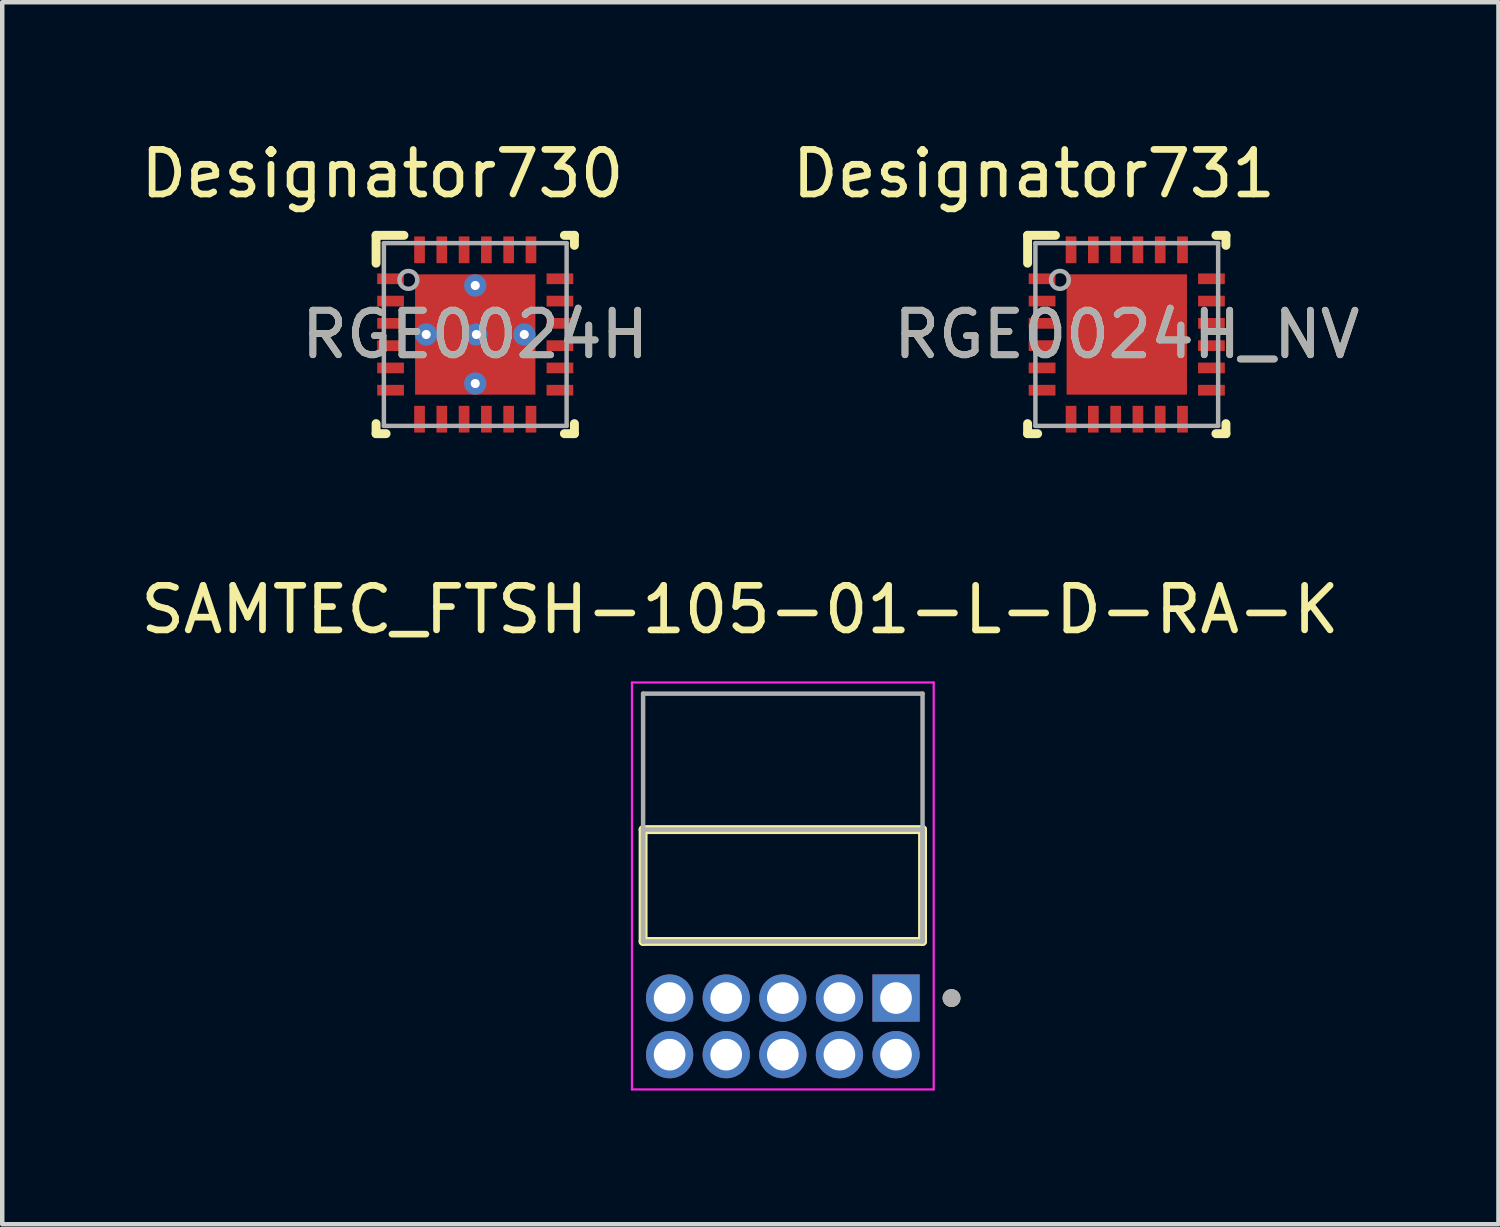
<source format=kicad_pcb>
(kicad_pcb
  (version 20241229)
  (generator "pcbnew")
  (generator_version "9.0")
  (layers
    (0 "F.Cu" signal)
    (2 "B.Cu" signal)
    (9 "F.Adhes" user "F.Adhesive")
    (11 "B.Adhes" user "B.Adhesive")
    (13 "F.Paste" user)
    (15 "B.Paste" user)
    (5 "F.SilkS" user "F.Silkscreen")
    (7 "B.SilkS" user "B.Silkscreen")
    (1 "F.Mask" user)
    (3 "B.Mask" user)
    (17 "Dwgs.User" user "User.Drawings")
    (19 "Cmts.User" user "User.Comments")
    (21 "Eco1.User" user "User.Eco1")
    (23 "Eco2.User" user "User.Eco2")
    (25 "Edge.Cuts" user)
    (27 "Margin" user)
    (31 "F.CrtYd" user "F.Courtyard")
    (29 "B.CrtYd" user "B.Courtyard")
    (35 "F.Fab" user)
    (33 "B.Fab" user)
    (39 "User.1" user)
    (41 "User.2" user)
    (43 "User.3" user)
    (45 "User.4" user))
  (footprint "SAMTEC_FTSH-105-01-L-D-RA-K"
    (layer "F.Cu")
    (at 17.054 19.343)
    (property "Reference" "SAMTEC_FTSH-105-01-L-D-RA-K" (at -3.5 -8.715 0) (layer "F.SilkS") (effects (font (size 1 1) (thickness 0.15))))
    (attr through_hole)
    (fp_line (start -5.675 -1.27) (end -5.675 -3.78) (stroke (width 0.2) (type solid)) (layer "F.SilkS"))
    (fp_line (start 0.595 -3.78) (end -5.675 -3.78) (stroke (width 0.2) (type solid)) (layer "F.SilkS"))
    (fp_line (start 0.595 -3.78) (end 0.595 -1.27) (stroke (width 0.2) (type solid)) (layer "F.SilkS"))
    (fp_line (start 0.595 -1.27) (end -5.675 -1.27) (stroke (width 0.2) (type solid)) (layer "F.SilkS"))
    (fp_circle (center 1.245 0) (end 1.345 0) (stroke (width 0.2) (type solid)) (fill no) (layer "F.SilkS"))
    (fp_line (start -5.925 -7.08) (end 0.845 -7.08) (stroke (width 0.05) (type solid)) (layer "F.CrtYd"))
    (fp_line (start -5.925 2.05) (end -5.925 -7.08) (stroke (width 0.05) (type solid)) (layer "F.CrtYd"))
    (fp_line (start 0.845 -7.08) (end 0.845 2.05) (stroke (width 0.05) (type solid)) (layer "F.CrtYd"))
    (fp_line (start 0.845 2.05) (end -5.925 2.05) (stroke (width 0.05) (type solid)) (layer "F.CrtYd"))
    (fp_line (start -5.675 -6.83) (end 0.595 -6.83) (stroke (width 0.1) (type solid)) (layer "F.Fab"))
    (fp_line (start -5.675 -3.78) (end 0.595 -3.78) (stroke (width 0.1) (type solid)) (layer "F.Fab"))
    (fp_line (start -5.675 -1.27) (end -5.675 -6.83) (stroke (width 0.1) (type solid)) (layer "F.Fab"))
    (fp_line (start -5.675 -1.27) (end -5.675 -3.78) (stroke (width 0.1) (type solid)) (layer "F.Fab"))
    (fp_line (start 0.595 -6.83) (end 0.595 -1.27) (stroke (width 0.1) (type solid)) (layer "F.Fab"))
    (fp_line (start 0.595 -3.78) (end 0.595 -1.27) (stroke (width 0.1) (type solid)) (layer "F.Fab"))
    (fp_line (start 0.595 -1.27) (end -5.675 -1.27) (stroke (width 0.1) (type solid)) (layer "F.Fab"))
    (fp_circle (center 1.245 0) (end 1.345 0) (stroke (width 0.2) (type solid)) (fill no) (layer "F.Fab"))
    (pad "01" thru_hole rect (at 0 0) (size 1.06 1.06) (drill 0.71) (layers "*.Cu" "*.Mask"))
    (pad "02" thru_hole circle (at 0 1.27) (size 1.06 1.06) (drill 0.71) (layers "*.Cu" "*.Mask"))
    (pad "03" thru_hole circle (at -1.27 0) (size 1.06 1.06) (drill 0.71) (layers "*.Cu" "*.Mask"))
    (pad "04" thru_hole circle (at -1.27 1.27) (size 1.06 1.06) (drill 0.71) (layers "*.Cu" "*.Mask"))
    (pad "05" thru_hole circle (at -2.54 0) (size 1.06 1.06) (drill 0.71) (layers "*.Cu" "*.Mask"))
    (pad "06" thru_hole circle (at -2.54 1.27) (size 1.06 1.06) (drill 0.71) (layers "*.Cu" "*.Mask"))
    (pad "07" thru_hole circle (at -3.81 0) (size 1.06 1.06) (drill 0.71) (layers "*.Cu" "*.Mask"))
    (pad "08" thru_hole circle (at -3.81 1.27) (size 1.06 1.06) (drill 0.71) (layers "*.Cu" "*.Mask"))
    (pad "09" thru_hole circle (at -5.08 0) (size 1.06 1.06) (drill 0.71) (layers "*.Cu" "*.Mask"))
    (pad "10" thru_hole circle (at -5.08 1.27) (size 1.06 1.06) (drill 0.71) (layers "*.Cu" "*.Mask")))
  (footprint "RGE0024H"
    (layer "F.Cu")
    (at 7.613 4.455)
    (property "Reference" "RGE0024H" (at 0 0 0) (unlocked yes) (layer "F.SilkS") (effects (font (size 1 1) (thickness 0.15))))
    (attr smd)
    (fp_line (start -2.225 -2.225) (end -1.6 -2.225) (stroke (width 0.2) (type solid)) (layer "F.SilkS"))
    (fp_line (start -2.225 -1.6) (end -2.225 -2.225) (stroke (width 0.2) (type solid)) (layer "F.SilkS"))
    (fp_line (start -2.225 2.225) (end -2.225 2) (stroke (width 0.2) (type solid)) (layer "F.SilkS"))
    (fp_line (start -2.225 2.225) (end -2 2.225) (stroke (width 0.2) (type solid)) (layer "F.SilkS"))
    (fp_line (start 2 -2.225) (end 2.225 -2.225) (stroke (width 0.2) (type solid)) (layer "F.SilkS"))
    (fp_line (start 2 2.225) (end 2.225 2.225) (stroke (width 0.2) (type solid)) (layer "F.SilkS"))
    (fp_line (start 2.225 -2) (end 2.225 -2.225) (stroke (width 0.2) (type solid)) (layer "F.SilkS"))
    (fp_line (start 2.225 2.225) (end 2.225 2) (stroke (width 0.2) (type solid)) (layer "F.SilkS"))
    (fp_poly (pts (xy -0.1 -1.242) (xy -0.1 -0.148) (xy -0.101 -0.138) (xy -0.104 -0.129) (xy -0.108 -0.121) (xy -0.114 -0.114) (xy -0.121 -0.108) (xy -0.129 -0.104) (xy -0.138 -0.101) (xy -0.148 -0.1) (xy -1.242 -0.1) (xy -1.252 -0.101) (xy -1.261 -0.104) (xy -1.269 -0.108) (xy -1.276 -0.114) (xy -1.282 -0.121) (xy -1.286 -0.129) (xy -1.289 -0.138) (xy -1.29 -0.148) (xy -1.29 -1.242) (xy -1.289 -1.252) (xy -1.286 -1.261) (xy -1.282 -1.269) (xy -1.276 -1.276) (xy -1.269 -1.282) (xy -1.261 -1.286) (xy -1.252 -1.289) (xy -1.242 -1.29) (xy -0.148 -1.29) (xy -0.138 -1.289) (xy -0.129 -1.286) (xy -0.121 -1.282) (xy -0.114 -1.276) (xy -0.108 -1.269) (xy -0.104 -1.261) (xy -0.101 -1.252)) (stroke (width 0) (type solid)) (fill yes) (layer "F.Paste"))
    (fp_poly (pts (xy -0.1 0.148) (xy -0.1 1.242) (xy -0.101 1.252) (xy -0.104 1.261) (xy -0.108 1.269) (xy -0.114 1.276) (xy -0.121 1.282) (xy -0.129 1.286) (xy -0.138 1.289) (xy -0.148 1.29) (xy -1.242 1.29) (xy -1.252 1.289) (xy -1.261 1.286) (xy -1.269 1.282) (xy -1.276 1.276) (xy -1.282 1.269) (xy -1.286 1.261) (xy -1.289 1.252) (xy -1.29 1.242) (xy -1.29 0.148) (xy -1.289 0.138) (xy -1.286 0.129) (xy -1.282 0.121) (xy -1.276 0.114) (xy -1.269 0.108) (xy -1.261 0.104) (xy -1.252 0.101) (xy -1.242 0.1) (xy -0.148 0.1) (xy -0.138 0.101) (xy -0.129 0.104) (xy -0.121 0.108) (xy -0.114 0.114) (xy -0.108 0.121) (xy -0.104 0.129) (xy -0.101 0.138)) (stroke (width 0) (type solid)) (fill yes) (layer "F.Paste"))
    (fp_poly (pts (xy 0.1 -0.148) (xy 0.1 -1.242) (xy 0.101 -1.252) (xy 0.104 -1.261) (xy 0.108 -1.269) (xy 0.114 -1.276) (xy 0.121 -1.282) (xy 0.129 -1.286) (xy 0.138 -1.289) (xy 0.148 -1.29) (xy 1.242 -1.29) (xy 1.252 -1.289) (xy 1.261 -1.286) (xy 1.269 -1.282) (xy 1.276 -1.276) (xy 1.282 -1.269) (xy 1.286 -1.261) (xy 1.289 -1.252) (xy 1.29 -1.242) (xy 1.29 -0.148) (xy 1.289 -0.138) (xy 1.286 -0.129) (xy 1.282 -0.121) (xy 1.276 -0.114) (xy 1.269 -0.108) (xy 1.261 -0.104) (xy 1.252 -0.101) (xy 1.242 -0.1) (xy 0.148 -0.1) (xy 0.138 -0.101) (xy 0.129 -0.104) (xy 0.121 -0.108) (xy 0.114 -0.114) (xy 0.108 -0.121) (xy 0.104 -0.129) (xy 0.101 -0.138)) (stroke (width 0) (type solid)) (fill yes) (layer "F.Paste"))
    (fp_poly (pts (xy 0.1 1.242) (xy 0.1 0.148) (xy 0.101 0.138) (xy 0.104 0.129) (xy 0.108 0.121) (xy 0.114 0.114) (xy 0.121 0.108) (xy 0.129 0.104) (xy 0.138 0.101) (xy 0.148 0.1) (xy 1.242 0.1) (xy 1.252 0.101) (xy 1.261 0.104) (xy 1.269 0.108) (xy 1.276 0.114) (xy 1.282 0.121) (xy 1.286 0.129) (xy 1.289 0.138) (xy 1.29 0.148) (xy 1.29 1.242) (xy 1.289 1.252) (xy 1.286 1.261) (xy 1.282 1.269) (xy 1.276 1.276) (xy 1.269 1.282) (xy 1.261 1.286) (xy 1.252 1.289) (xy 1.242 1.29) (xy 0.148 1.29) (xy 0.138 1.289) (xy 0.129 1.286) (xy 0.121 1.282) (xy 0.114 1.276) (xy 0.108 1.269) (xy 0.104 1.261) (xy 0.101 1.252)) (stroke (width 0) (type solid)) (fill yes) (layer "F.Paste"))
    (fp_line (start -2.05 -2.05) (end 2.05 -2.05) (stroke (width 0.1) (type solid)) (layer "F.Fab"))
    (fp_line (start -2.05 2.05) (end -2.05 -2.05) (stroke (width 0.1) (type solid)) (layer "F.Fab"))
    (fp_line (start -2.05 2.05) (end 2.05 2.05) (stroke (width 0.1) (type solid)) (layer "F.Fab"))
    (fp_line (start 2.05 2.05) (end 2.05 -2.05) (stroke (width 0.1) (type solid)) (layer "F.Fab"))
    (fp_circle (center -1.5 -1.225) (end -1.3 -1.225) (stroke (width 0.1) (type solid)) (fill no) (layer "F.Fab"))
    (fp_text user "Designator730" (at -2.083 -3.607 0) (unlocked yes) (layer "F.SilkS") (effects (font (size 1 1) (thickness 0.15))))
    (fp_text user "${REFERENCE}" (at 0 0 0) (unlocked yes) (layer "F.Fab") (effects (font (size 1 1) (thickness 0.15))))
    (pad "1" smd rect (at -1.9 -1.25 90) (size 0.24 0.6) (layers "F.Cu" "F.Mask" "F.Paste"))
    (pad "2" smd rect (at -1.9 -0.75 90) (size 0.24 0.6) (layers "F.Cu" "F.Mask" "F.Paste"))
    (pad "3" smd rect (at -1.9 -0.25 90) (size 0.24 0.6) (layers "F.Cu" "F.Mask" "F.Paste"))
    (pad "4" smd rect (at -1.9 0.25 90) (size 0.24 0.6) (layers "F.Cu" "F.Mask" "F.Paste"))
    (pad "5" smd rect (at -1.9 0.75 90) (size 0.24 0.6) (layers "F.Cu" "F.Mask" "F.Paste"))
    (pad "6" smd rect (at -1.9 1.25 90) (size 0.24 0.6) (layers "F.Cu" "F.Mask" "F.Paste"))
    (pad "7" smd rect (at -1.25 1.9) (size 0.24 0.6) (layers "F.Cu" "F.Mask" "F.Paste"))
    (pad "8" smd rect (at -0.75 1.9) (size 0.24 0.6) (layers "F.Cu" "F.Mask" "F.Paste"))
    (pad "9" smd rect (at -0.25 1.9) (size 0.24 0.6) (layers "F.Cu" "F.Mask" "F.Paste"))
    (pad "10" smd rect (at 0.25 1.9) (size 0.24 0.6) (layers "F.Cu" "F.Mask" "F.Paste"))
    (pad "11" smd rect (at 0.75 1.9) (size 0.24 0.6) (layers "F.Cu" "F.Mask" "F.Paste"))
    (pad "12" smd rect (at 1.25 1.9) (size 0.24 0.6) (layers "F.Cu" "F.Mask" "F.Paste"))
    (pad "13" smd rect (at 1.9 1.25 90) (size 0.24 0.6) (layers "F.Cu" "F.Mask" "F.Paste"))
    (pad "14" smd rect (at 1.9 0.75 90) (size 0.24 0.6) (layers "F.Cu" "F.Mask" "F.Paste"))
    (pad "15" smd rect (at 1.9 0.25 90) (size 0.24 0.6) (layers "F.Cu" "F.Mask" "F.Paste"))
    (pad "16" smd rect (at 1.9 -0.25 90) (size 0.24 0.6) (layers "F.Cu" "F.Mask" "F.Paste"))
    (pad "17" smd rect (at 1.9 -0.75 90) (size 0.24 0.6) (layers "F.Cu" "F.Mask" "F.Paste"))
    (pad "18" smd rect (at 1.9 -1.25 90) (size 0.24 0.6) (layers "F.Cu" "F.Mask" "F.Paste"))
    (pad "19" smd rect (at 1.25 -1.9) (size 0.24 0.6) (layers "F.Cu" "F.Mask" "F.Paste"))
    (pad "20" smd rect (at 0.75 -1.9) (size 0.24 0.6) (layers "F.Cu" "F.Mask" "F.Paste"))
    (pad "21" smd rect (at 0.25 -1.9) (size 0.24 0.6) (layers "F.Cu" "F.Mask" "F.Paste"))
    (pad "22" smd rect (at -0.25 -1.9) (size 0.24 0.6) (layers "F.Cu" "F.Mask" "F.Paste"))
    (pad "23" smd rect (at -0.75 -1.9) (size 0.24 0.6) (layers "F.Cu" "F.Mask" "F.Paste"))
    (pad "24" smd rect (at -1.25 -1.9) (size 0.24 0.6) (layers "F.Cu" "F.Mask" "F.Paste"))
    (pad "25" smd rect (at 0 0) (size 2.7 2.7) (layers "F.Cu" "F.Mask"))
    (pad "26" thru_hole circle (at 0 -1.1) (size 0.5 0.5) (drill 0.203) (layers "*.Cu" "*.Mask"))
    (pad "27" thru_hole circle (at -1.1 0) (size 0.5 0.5) (drill 0.203) (layers "*.Cu" "*.Mask"))
    (pad "28" thru_hole circle (at 0.025 0) (size 0.5 0.5) (drill 0.203) (layers "*.Cu" "*.Mask"))
    (pad "29" thru_hole circle (at 1.1 0) (size 0.5 0.5) (drill 0.203) (layers "*.Cu" "*.Mask"))
    (pad "30" thru_hole circle (at 0 1.1) (size 0.5 0.5) (drill 0.203) (layers "*.Cu" "*.Mask")))
  (footprint "RGE0024H_NV"
    (layer "F.Cu")
    (at 22.231 4.455)
    (property "Reference" "RGE0024H_NV" (at 0 0 0) (unlocked yes) (layer "F.SilkS") (effects (font (size 1 1) (thickness 0.15))))
    (attr smd)
    (fp_line (start -2.225 -2.225) (end -1.6 -2.225) (stroke (width 0.2) (type solid)) (layer "F.SilkS"))
    (fp_line (start -2.225 -1.6) (end -2.225 -2.225) (stroke (width 0.2) (type solid)) (layer "F.SilkS"))
    (fp_line (start -2.225 2.225) (end -2.225 2) (stroke (width 0.2) (type solid)) (layer "F.SilkS"))
    (fp_line (start -2.225 2.225) (end -2 2.225) (stroke (width 0.2) (type solid)) (layer "F.SilkS"))
    (fp_line (start 2 -2.225) (end 2.225 -2.225) (stroke (width 0.2) (type solid)) (layer "F.SilkS"))
    (fp_line (start 2 2.225) (end 2.225 2.225) (stroke (width 0.2) (type solid)) (layer "F.SilkS"))
    (fp_line (start 2.225 -2) (end 2.225 -2.225) (stroke (width 0.2) (type solid)) (layer "F.SilkS"))
    (fp_line (start 2.225 2.225) (end 2.225 2) (stroke (width 0.2) (type solid)) (layer "F.SilkS"))
    (fp_poly (pts (xy -0.1 -1.242) (xy -0.1 -0.148) (xy -0.101 -0.138) (xy -0.104 -0.129) (xy -0.108 -0.121) (xy -0.114 -0.114) (xy -0.121 -0.108) (xy -0.129 -0.104) (xy -0.138 -0.101) (xy -0.148 -0.1) (xy -1.242 -0.1) (xy -1.252 -0.101) (xy -1.261 -0.104) (xy -1.269 -0.108) (xy -1.276 -0.114) (xy -1.282 -0.121) (xy -1.286 -0.129) (xy -1.289 -0.138) (xy -1.29 -0.148) (xy -1.29 -1.242) (xy -1.289 -1.252) (xy -1.286 -1.261) (xy -1.282 -1.269) (xy -1.276 -1.276) (xy -1.269 -1.282) (xy -1.261 -1.286) (xy -1.252 -1.289) (xy -1.242 -1.29) (xy -0.148 -1.29) (xy -0.138 -1.289) (xy -0.129 -1.286) (xy -0.121 -1.282) (xy -0.114 -1.276) (xy -0.108 -1.269) (xy -0.104 -1.261) (xy -0.101 -1.252)) (stroke (width 0) (type solid)) (fill yes) (layer "F.Paste"))
    (fp_poly (pts (xy -0.1 0.148) (xy -0.1 1.242) (xy -0.101 1.252) (xy -0.104 1.261) (xy -0.108 1.269) (xy -0.114 1.276) (xy -0.121 1.282) (xy -0.129 1.286) (xy -0.138 1.289) (xy -0.148 1.29) (xy -1.242 1.29) (xy -1.252 1.289) (xy -1.261 1.286) (xy -1.269 1.282) (xy -1.276 1.276) (xy -1.282 1.269) (xy -1.286 1.261) (xy -1.289 1.252) (xy -1.29 1.242) (xy -1.29 0.148) (xy -1.289 0.138) (xy -1.286 0.129) (xy -1.282 0.121) (xy -1.276 0.114) (xy -1.269 0.108) (xy -1.261 0.104) (xy -1.252 0.101) (xy -1.242 0.1) (xy -0.148 0.1) (xy -0.138 0.101) (xy -0.129 0.104) (xy -0.121 0.108) (xy -0.114 0.114) (xy -0.108 0.121) (xy -0.104 0.129) (xy -0.101 0.138)) (stroke (width 0) (type solid)) (fill yes) (layer "F.Paste"))
    (fp_poly (pts (xy 0.1 -0.148) (xy 0.1 -1.242) (xy 0.101 -1.252) (xy 0.104 -1.261) (xy 0.108 -1.269) (xy 0.114 -1.276) (xy 0.121 -1.282) (xy 0.129 -1.286) (xy 0.138 -1.289) (xy 0.148 -1.29) (xy 1.242 -1.29) (xy 1.252 -1.289) (xy 1.261 -1.286) (xy 1.269 -1.282) (xy 1.276 -1.276) (xy 1.282 -1.269) (xy 1.286 -1.261) (xy 1.289 -1.252) (xy 1.29 -1.242) (xy 1.29 -0.148) (xy 1.289 -0.138) (xy 1.286 -0.129) (xy 1.282 -0.121) (xy 1.276 -0.114) (xy 1.269 -0.108) (xy 1.261 -0.104) (xy 1.252 -0.101) (xy 1.242 -0.1) (xy 0.148 -0.1) (xy 0.138 -0.101) (xy 0.129 -0.104) (xy 0.121 -0.108) (xy 0.114 -0.114) (xy 0.108 -0.121) (xy 0.104 -0.129) (xy 0.101 -0.138)) (stroke (width 0) (type solid)) (fill yes) (layer "F.Paste"))
    (fp_poly (pts (xy 0.1 1.242) (xy 0.1 0.148) (xy 0.101 0.138) (xy 0.104 0.129) (xy 0.108 0.121) (xy 0.114 0.114) (xy 0.121 0.108) (xy 0.129 0.104) (xy 0.138 0.101) (xy 0.148 0.1) (xy 1.242 0.1) (xy 1.252 0.101) (xy 1.261 0.104) (xy 1.269 0.108) (xy 1.276 0.114) (xy 1.282 0.121) (xy 1.286 0.129) (xy 1.289 0.138) (xy 1.29 0.148) (xy 1.29 1.242) (xy 1.289 1.252) (xy 1.286 1.261) (xy 1.282 1.269) (xy 1.276 1.276) (xy 1.269 1.282) (xy 1.261 1.286) (xy 1.252 1.289) (xy 1.242 1.29) (xy 0.148 1.29) (xy 0.138 1.289) (xy 0.129 1.286) (xy 0.121 1.282) (xy 0.114 1.276) (xy 0.108 1.269) (xy 0.104 1.261) (xy 0.101 1.252)) (stroke (width 0) (type solid)) (fill yes) (layer "F.Paste"))
    (fp_line (start -2.05 -2.05) (end 2.05 -2.05) (stroke (width 0.1) (type solid)) (layer "F.Fab"))
    (fp_line (start -2.05 2.05) (end -2.05 -2.05) (stroke (width 0.1) (type solid)) (layer "F.Fab"))
    (fp_line (start -2.05 2.05) (end 2.05 2.05) (stroke (width 0.1) (type solid)) (layer "F.Fab"))
    (fp_line (start 2.05 2.05) (end 2.05 -2.05) (stroke (width 0.1) (type solid)) (layer "F.Fab"))
    (fp_circle (center -1.5 -1.225) (end -1.3 -1.225) (stroke (width 0.1) (type solid)) (fill no) (layer "F.Fab"))
    (fp_text user "Designator731" (at -2.083 -3.607 0) (unlocked yes) (layer "F.SilkS") (effects (font (size 1 1) (thickness 0.15))))
    (fp_text user "${REFERENCE}" (at 0 0 0) (unlocked yes) (layer "F.Fab") (effects (font (size 1 1) (thickness 0.15))))
    (pad "1" smd rect (at -1.9 -1.25 90) (size 0.24 0.6) (layers "F.Cu" "F.Mask" "F.Paste"))
    (pad "2" smd rect (at -1.9 -0.75 90) (size 0.24 0.6) (layers "F.Cu" "F.Mask" "F.Paste"))
    (pad "3" smd rect (at -1.9 -0.25 90) (size 0.24 0.6) (layers "F.Cu" "F.Mask" "F.Paste"))
    (pad "4" smd rect (at -1.9 0.25 90) (size 0.24 0.6) (layers "F.Cu" "F.Mask" "F.Paste"))
    (pad "5" smd rect (at -1.9 0.75 90) (size 0.24 0.6) (layers "F.Cu" "F.Mask" "F.Paste"))
    (pad "6" smd rect (at -1.9 1.25 90) (size 0.24 0.6) (layers "F.Cu" "F.Mask" "F.Paste"))
    (pad "7" smd rect (at -1.25 1.9) (size 0.24 0.6) (layers "F.Cu" "F.Mask" "F.Paste"))
    (pad "8" smd rect (at -0.75 1.9) (size 0.24 0.6) (layers "F.Cu" "F.Mask" "F.Paste"))
    (pad "9" smd rect (at -0.25 1.9) (size 0.24 0.6) (layers "F.Cu" "F.Mask" "F.Paste"))
    (pad "10" smd rect (at 0.25 1.9) (size 0.24 0.6) (layers "F.Cu" "F.Mask" "F.Paste"))
    (pad "11" smd rect (at 0.75 1.9) (size 0.24 0.6) (layers "F.Cu" "F.Mask" "F.Paste"))
    (pad "12" smd rect (at 1.25 1.9) (size 0.24 0.6) (layers "F.Cu" "F.Mask" "F.Paste"))
    (pad "13" smd rect (at 1.9 1.25 90) (size 0.24 0.6) (layers "F.Cu" "F.Mask" "F.Paste"))
    (pad "14" smd rect (at 1.9 0.75 90) (size 0.24 0.6) (layers "F.Cu" "F.Mask" "F.Paste"))
    (pad "15" smd rect (at 1.9 0.25 90) (size 0.24 0.6) (layers "F.Cu" "F.Mask" "F.Paste"))
    (pad "16" smd rect (at 1.9 -0.25 90) (size 0.24 0.6) (layers "F.Cu" "F.Mask" "F.Paste"))
    (pad "17" smd rect (at 1.9 -0.75 90) (size 0.24 0.6) (layers "F.Cu" "F.Mask" "F.Paste"))
    (pad "18" smd rect (at 1.9 -1.25 90) (size 0.24 0.6) (layers "F.Cu" "F.Mask" "F.Paste"))
    (pad "19" smd rect (at 1.25 -1.9) (size 0.24 0.6) (layers "F.Cu" "F.Mask" "F.Paste"))
    (pad "20" smd rect (at 0.75 -1.9) (size 0.24 0.6) (layers "F.Cu" "F.Mask" "F.Paste"))
    (pad "21" smd rect (at 0.25 -1.9) (size 0.24 0.6) (layers "F.Cu" "F.Mask" "F.Paste"))
    (pad "22" smd rect (at -0.25 -1.9) (size 0.24 0.6) (layers "F.Cu" "F.Mask" "F.Paste"))
    (pad "23" smd rect (at -0.75 -1.9) (size 0.24 0.6) (layers "F.Cu" "F.Mask" "F.Paste"))
    (pad "24" smd rect (at -1.25 -1.9) (size 0.24 0.6) (layers "F.Cu" "F.Mask" "F.Paste"))
    (pad "25" smd rect (at 0 0) (size 2.7 2.7) (layers "F.Cu" "F.Mask")))
  (gr_rect
    (start -3 -3)
    (end 30.57 24.418)
    (stroke (width 0.1) (type default))
    (fill no)
    (layer "Edge.Cuts")))
</source>
